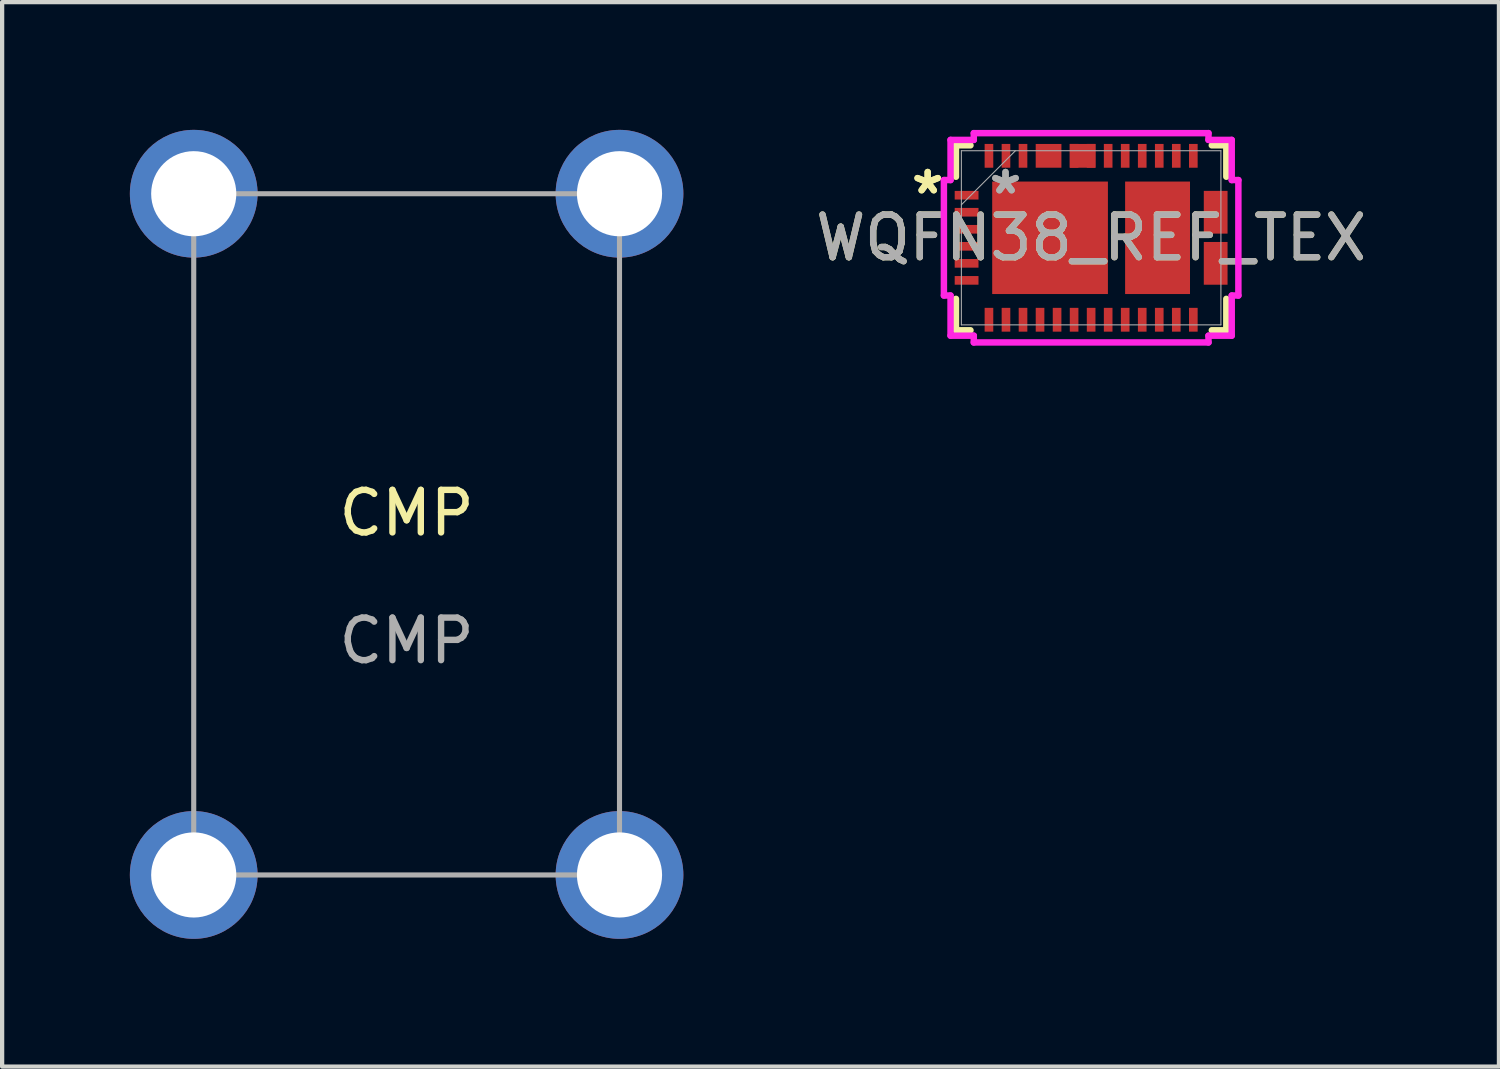
<source format=kicad_pcb>
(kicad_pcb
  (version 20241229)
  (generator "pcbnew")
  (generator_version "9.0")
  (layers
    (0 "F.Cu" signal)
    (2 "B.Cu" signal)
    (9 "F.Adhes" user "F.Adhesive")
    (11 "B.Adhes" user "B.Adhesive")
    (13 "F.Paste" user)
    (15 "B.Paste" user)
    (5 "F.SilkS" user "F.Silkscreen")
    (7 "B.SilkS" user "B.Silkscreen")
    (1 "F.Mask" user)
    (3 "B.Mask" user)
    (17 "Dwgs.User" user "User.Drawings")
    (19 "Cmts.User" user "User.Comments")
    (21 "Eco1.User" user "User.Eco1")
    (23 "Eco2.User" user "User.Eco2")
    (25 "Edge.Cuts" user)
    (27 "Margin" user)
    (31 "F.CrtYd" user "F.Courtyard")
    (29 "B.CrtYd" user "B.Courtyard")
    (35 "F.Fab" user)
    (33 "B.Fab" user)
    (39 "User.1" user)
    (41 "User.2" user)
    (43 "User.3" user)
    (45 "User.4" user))
  (footprint "WQFN38_REF_TEX"
    (layer "F.Cu")
    (at 22.577 2.535)
    (property "Reference" "WQFN38_REF_TEX" (at 0 0 0) (unlocked yes) (layer "F.SilkS") (effects (font (size 1 1) (thickness 0.15))))
    (attr smd)
    (fp_poly (pts (xy -1.302 -2.204) (xy -1.302 -1.646) (xy -0.698 -1.646) (xy -0.698 -2.204)) (stroke (width 0) (type solid)) (fill yes) (layer "F.Cu"))
    (fp_poly (pts (xy -0.502 -2.204) (xy -0.502 -1.646) (xy 0.102 -1.646) (xy 0.102 -2.204)) (stroke (width 0) (type solid)) (fill yes) (layer "F.Cu"))
    (fp_poly (pts (xy 2.646 -1.102) (xy 2.646 -0.098) (xy 3.204 -0.098) (xy 3.204 -1.102)) (stroke (width 0) (type solid)) (fill yes) (layer "F.Cu"))
    (fp_poly (pts (xy 2.646 0.098) (xy 2.646 1.102) (xy 3.204 1.102) (xy 3.204 0.098)) (stroke (width 0) (type solid)) (fill yes) (layer "F.Cu"))
    (fp_poly (pts (xy -1.302 -2.204) (xy -1.302 -1.646) (xy -0.698 -1.646) (xy -0.698 -2.204)) (stroke (width 0) (type solid)) (fill yes) (layer "F.Mask"))
    (fp_poly (pts (xy -0.502 -2.204) (xy -0.502 -1.646) (xy 0.102 -1.646) (xy 0.102 -2.204)) (stroke (width 0) (type solid)) (fill yes) (layer "F.Mask"))
    (fp_poly (pts (xy 2.646 -1.102) (xy 2.646 -0.098) (xy 3.204 -0.098) (xy 3.204 -1.102)) (stroke (width 0) (type solid)) (fill yes) (layer "F.Mask"))
    (fp_poly (pts (xy 2.646 0.098) (xy 2.646 1.102) (xy 3.204 1.102) (xy 3.204 0.098)) (stroke (width 0) (type solid)) (fill yes) (layer "F.Mask"))
    (fp_line (start -3.175 -2.172) (end -2.834 -2.172) (stroke (width 0.152) (type solid)) (layer "F.SilkS"))
    (fp_line (start -3.175 -1.434) (end -3.175 -2.172) (stroke (width 0.152) (type solid)) (layer "F.SilkS"))
    (fp_line (start -3.175 2.172) (end -3.175 1.434) (stroke (width 0.152) (type solid)) (layer "F.SilkS"))
    (fp_line (start -2.834 2.172) (end -3.175 2.172) (stroke (width 0.152) (type solid)) (layer "F.SilkS"))
    (fp_line (start 2.834 -2.172) (end 3.175 -2.172) (stroke (width 0.152) (type solid)) (layer "F.SilkS"))
    (fp_line (start 3.175 -2.172) (end 3.175 -1.434) (stroke (width 0.152) (type solid)) (layer "F.SilkS"))
    (fp_line (start 3.175 1.434) (end 3.175 2.172) (stroke (width 0.152) (type solid)) (layer "F.SilkS"))
    (fp_line (start 3.175 2.172) (end 2.834 2.172) (stroke (width 0.152) (type solid)) (layer "F.SilkS"))
    (fp_poly (pts (xy -1.302 -2.204) (xy -1.302 -1.646) (xy -0.698 -1.646) (xy -0.698 -2.204)) (stroke (width 0) (type solid)) (fill yes) (layer "F.Paste"))
    (fp_poly (pts (xy -0.502 -2.204) (xy -0.502 -1.646) (xy 0.102 -1.646) (xy 0.102 -2.204)) (stroke (width 0) (type solid)) (fill yes) (layer "F.Paste"))
    (fp_poly (pts (xy 2.646 -1.102) (xy 2.646 -0.098) (xy 3.204 -0.098) (xy 3.204 -1.102)) (stroke (width 0) (type solid)) (fill yes) (layer "F.Paste"))
    (fp_poly (pts (xy 2.646 0.098) (xy 2.646 1.102) (xy 3.204 1.102) (xy 3.204 0.098)) (stroke (width 0) (type solid)) (fill yes) (layer "F.Paste"))
    (fp_line (start -3.458 -1.356) (end -3.458 1.356) (stroke (width 0.152) (type solid)) (layer "F.CrtYd"))
    (fp_line (start -3.458 1.356) (end -3.302 1.356) (stroke (width 0.152) (type solid)) (layer "F.CrtYd"))
    (fp_line (start -3.302 -2.299) (end -3.302 -1.356) (stroke (width 0.152) (type solid)) (layer "F.CrtYd"))
    (fp_line (start -3.302 -1.356) (end -3.458 -1.356) (stroke (width 0.152) (type solid)) (layer "F.CrtYd"))
    (fp_line (start -3.302 1.356) (end -3.302 2.299) (stroke (width 0.152) (type solid)) (layer "F.CrtYd"))
    (fp_line (start -3.302 2.299) (end -2.756 2.299) (stroke (width 0.152) (type solid)) (layer "F.CrtYd"))
    (fp_line (start -2.756 -2.458) (end -2.756 -2.299) (stroke (width 0.152) (type solid)) (layer "F.CrtYd"))
    (fp_line (start -2.756 -2.299) (end -3.302 -2.299) (stroke (width 0.152) (type solid)) (layer "F.CrtYd"))
    (fp_line (start -2.756 2.299) (end -2.756 2.458) (stroke (width 0.152) (type solid)) (layer "F.CrtYd"))
    (fp_line (start -2.756 2.458) (end 2.756 2.458) (stroke (width 0.152) (type solid)) (layer "F.CrtYd"))
    (fp_line (start 2.756 -2.458) (end -2.756 -2.458) (stroke (width 0.152) (type solid)) (layer "F.CrtYd"))
    (fp_line (start 2.756 -2.299) (end 2.756 -2.458) (stroke (width 0.152) (type solid)) (layer "F.CrtYd"))
    (fp_line (start 2.756 2.299) (end 3.302 2.299) (stroke (width 0.152) (type solid)) (layer "F.CrtYd"))
    (fp_line (start 2.756 2.458) (end 2.756 2.299) (stroke (width 0.152) (type solid)) (layer "F.CrtYd"))
    (fp_line (start 3.302 -2.299) (end 2.756 -2.299) (stroke (width 0.152) (type solid)) (layer "F.CrtYd"))
    (fp_line (start 3.302 -1.356) (end 3.302 -2.299) (stroke (width 0.152) (type solid)) (layer "F.CrtYd"))
    (fp_line (start 3.302 1.356) (end 3.458 1.356) (stroke (width 0.152) (type solid)) (layer "F.CrtYd"))
    (fp_line (start 3.302 2.299) (end 3.302 1.356) (stroke (width 0.152) (type solid)) (layer "F.CrtYd"))
    (fp_line (start 3.458 -1.356) (end 3.302 -1.356) (stroke (width 0.152) (type solid)) (layer "F.CrtYd"))
    (fp_line (start 3.458 1.356) (end 3.458 -1.356) (stroke (width 0.152) (type solid)) (layer "F.CrtYd"))
    (fp_line (start -3.048 -2.045) (end -3.048 2.045) (stroke (width 0.025) (type solid)) (layer "F.Fab"))
    (fp_line (start -3.048 -0.775) (end -1.778 -2.045) (stroke (width 0.025) (type solid)) (layer "F.Fab"))
    (fp_line (start -3.048 2.045) (end 3.048 2.045) (stroke (width 0.025) (type solid)) (layer "F.Fab"))
    (fp_line (start 3.048 -2.045) (end -3.048 -2.045) (stroke (width 0.025) (type solid)) (layer "F.Fab"))
    (fp_line (start 3.048 2.045) (end 3.048 -2.045) (stroke (width 0.025) (type solid)) (layer "F.Fab"))
    (fp_text user "*" (at -3.839 -1 0) (layer "F.SilkS") (effects (font (size 1 1) (thickness 0.15))))
    (fp_text user "*" (at -3.839 -1 0) (unlocked yes) (layer "F.SilkS") (effects (font (size 1 1) (thickness 0.15))))
    (fp_text user "*" (at -2.011 -1 0) (unlocked yes) (layer "F.Fab") (effects (font (size 1 1) (thickness 0.15))))
    (fp_text user "*" (at -2.011 -1 0) (layer "F.Fab") (effects (font (size 1 1) (thickness 0.15))))
    (fp_text user "${REFERENCE}" (at 0 0 0) (unlocked yes) (layer "F.Fab") (effects (font (size 1 1) (thickness 0.15))))
    (pad "1" smd rect (at -2.925 -1) (size 0.559 0.203) (layers "F.Cu" "F.Mask" "F.Paste"))
    (pad "2" smd rect (at -2.925 -0.6) (size 0.559 0.203) (layers "F.Cu" "F.Mask" "F.Paste"))
    (pad "3" smd rect (at -2.925 -0.2) (size 0.559 0.203) (layers "F.Cu" "F.Mask" "F.Paste"))
    (pad "4" smd rect (at -2.925 0.2) (size 0.559 0.203) (layers "F.Cu" "F.Mask" "F.Paste"))
    (pad "5" smd rect (at -2.925 0.6) (size 0.559 0.203) (layers "F.Cu" "F.Mask" "F.Paste"))
    (pad "6" smd rect (at -2.925 1) (size 0.559 0.203) (layers "F.Cu" "F.Mask" "F.Paste"))
    (pad "7" smd rect (at -2.4 1.925 90) (size 0.559 0.203) (layers "F.Cu" "F.Mask" "F.Paste"))
    (pad "8" smd rect (at -2 1.925 90) (size 0.559 0.203) (layers "F.Cu" "F.Mask" "F.Paste"))
    (pad "9" smd rect (at -1.6 1.925 90) (size 0.559 0.203) (layers "F.Cu" "F.Mask" "F.Paste"))
    (pad "10" smd rect (at -1.2 1.925 90) (size 0.559 0.203) (layers "F.Cu" "F.Mask" "F.Paste"))
    (pad "11" smd rect (at -0.8 1.925 90) (size 0.559 0.203) (layers "F.Cu" "F.Mask" "F.Paste"))
    (pad "12" smd rect (at -0.4 1.925 90) (size 0.559 0.203) (layers "F.Cu" "F.Mask" "F.Paste"))
    (pad "13" smd rect (at 0 1.925 90) (size 0.559 0.203) (layers "F.Cu" "F.Mask" "F.Paste"))
    (pad "14" smd rect (at 0.4 1.925 90) (size 0.559 0.203) (layers "F.Cu" "F.Mask" "F.Paste"))
    (pad "15" smd rect (at 0.8 1.925 90) (size 0.559 0.203) (layers "F.Cu" "F.Mask" "F.Paste"))
    (pad "16" smd rect (at 1.2 1.925 90) (size 0.559 0.203) (layers "F.Cu" "F.Mask" "F.Paste"))
    (pad "17" smd rect (at 1.6 1.925 90) (size 0.559 0.203) (layers "F.Cu" "F.Mask" "F.Paste"))
    (pad "18" smd rect (at 2 1.925 90) (size 0.559 0.203) (layers "F.Cu" "F.Mask" "F.Paste"))
    (pad "19" smd rect (at 2.4 1.925 90) (size 0.559 0.203) (layers "F.Cu" "F.Mask" "F.Paste"))
    (pad "20" smd rect (at 2.925 1) (size 0.127 0.127) (layers "F.Cu" "F.Mask" "F.Paste"))
    (pad "21" smd rect (at 2.925 0.6) (size 0.127 0.127) (layers "F.Cu" "F.Mask" "F.Paste"))
    (pad "22" smd rect (at 2.925 0.2) (size 0.127 0.127) (layers "F.Cu" "F.Mask" "F.Paste"))
    (pad "23" smd rect (at 2.925 -0.2) (size 0.127 0.127) (layers "F.Cu" "F.Mask" "F.Paste"))
    (pad "24" smd rect (at 2.925 -0.6) (size 0.127 0.127) (layers "F.Cu" "F.Mask" "F.Paste"))
    (pad "25" smd rect (at 2.925 -1) (size 0.127 0.127) (layers "F.Cu" "F.Mask" "F.Paste"))
    (pad "26" smd rect (at 2.4 -1.925 90) (size 0.559 0.203) (layers "F.Cu" "F.Mask" "F.Paste"))
    (pad "27" smd rect (at 2 -1.925 90) (size 0.559 0.203) (layers "F.Cu" "F.Mask" "F.Paste"))
    (pad "28" smd rect (at 1.6 -1.925 90) (size 0.559 0.203) (layers "F.Cu" "F.Mask" "F.Paste"))
    (pad "29" smd rect (at 1.2 -1.925 90) (size 0.559 0.203) (layers "F.Cu" "F.Mask" "F.Paste"))
    (pad "30" smd rect (at 0.8 -1.925 90) (size 0.559 0.203) (layers "F.Cu" "F.Mask" "F.Paste"))
    (pad "31" smd rect (at 0.4 -1.925 90) (size 0.559 0.203) (layers "F.Cu" "F.Mask" "F.Paste"))
    (pad "32" smd rect (at 0 -1.925 90) (size 0.559 0.203) (layers "F.Cu" "F.Mask" "F.Paste"))
    (pad "33" smd rect (at -0.4 -1.925 90) (size 0.559 0.203) (layers "F.Cu" "F.Mask" "F.Paste"))
    (pad "34" smd rect (at -0.8 -1.925 90) (size 0.127 0.127) (layers "F.Cu" "F.Mask" "F.Paste"))
    (pad "35" smd rect (at -1.2 -1.925 90) (size 0.127 0.127) (layers "F.Cu" "F.Mask" "F.Paste"))
    (pad "36" smd rect (at -1.6 -1.925 90) (size 0.559 0.203) (layers "F.Cu" "F.Mask" "F.Paste"))
    (pad "37" smd rect (at -2 -1.925 90) (size 0.559 0.203) (layers "F.Cu" "F.Mask" "F.Paste"))
    (pad "38" smd rect (at -2.4 -1.925 90) (size 0.559 0.203) (layers "F.Cu" "F.Mask" "F.Paste"))
    (pad "39" smd rect (at -0.965 0) (size 2.718 2.642) (layers "F.Cu" "F.Mask" "F.Paste"))
    (pad "40" smd rect (at 1.56 0) (size 1.524 2.642) (layers "F.Cu" "F.Mask" "F.Paste")))
  (footprint "CMP"
    (layer "F.Cu")
    (at 6.5 9.5)
    (property "Reference" "CMP" (at 0 -0.5 0) (unlocked yes) (layer "F.SilkS") (effects (font (size 1 1) (thickness 0.15))))
    (attr through_hole exclude_from_pos_files exclude_from_bom allow_missing_courtyard)
    (fp_rect (start -5 -8) (end 5 8) (stroke (width 0.12) (type default)) (fill no) (layer "F.Fab"))
    (fp_text user "${REFERENCE}" (at 0 2.5 0) (unlocked yes) (layer "F.Fab") (effects (font (size 1 1) (thickness 0.15))))
    (pad "1" thru_hole circle (at -5 -8) (size 3 3) (drill 2) (layers "*.Cu" "*.Mask"))
    (pad "2" thru_hole circle (at 5 -8) (size 3 3) (drill 2) (layers "*.Cu" "*.Mask"))
    (pad "3" thru_hole circle (at 5 8) (size 3 3) (drill 2) (layers "*.Cu" "*.Mask"))
    (pad "4" thru_hole circle (at -5 8) (size 3 3) (drill 2) (layers "*.Cu" "*.Mask")))
  (gr_rect
    (start -3 -3)
    (end 32.155 22)
    (stroke (width 0.1) (type default))
    (fill no)
    (layer "Edge.Cuts")))
</source>
